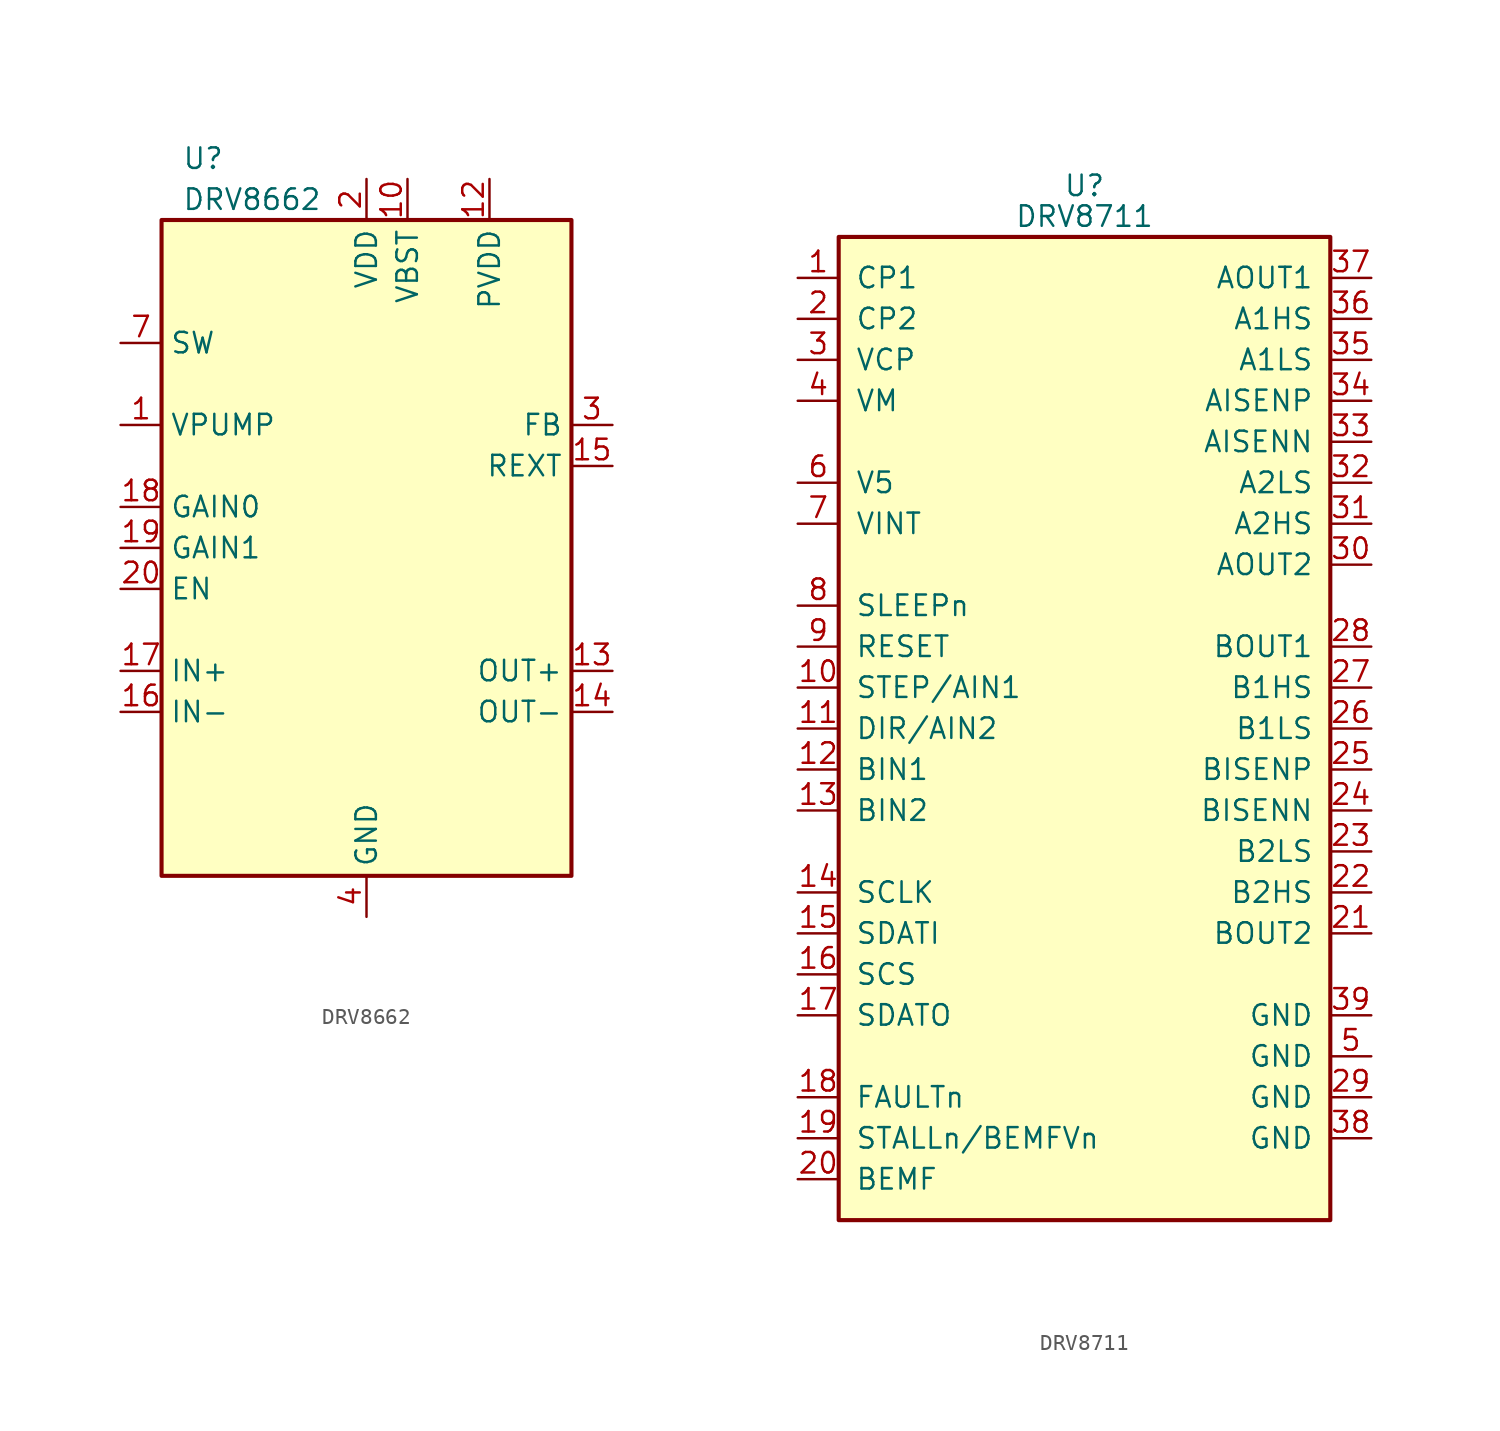
<source format=kicad_sym>
(kicad_symbol_lib
  (version 20201005)
  (generator kicad_symbol_editor)
  (symbol "Driver_Motor:DRV8662"
    (property "Reference" "U"
      (at -11.43 24.13 0)
      (effects (font (size 1.27 1.27)) (justify left)))
    (property "Value" "DRV8662"
      (at -11.43 21.59 0)
      (effects (font (size 1.27 1.27)) (justify left)))
    (symbol "DRV8662_0_1"
      (rectangle (start -12.7 20.32) (end 12.7 -20.32) (stroke (width 0.254)) (fill (type background))))
    (symbol "DRV8662_1_1"
      (pin output line (at -15.24 7.62 0) (length 2.54) (name "VPUMP" (effects (font (size 1.27 1.27)))) (number "1" (effects (font (size 1.27 1.27)))))
      (pin power_out line (at 2.54 22.86 270) (length 2.54) (name "VBST" (effects (font (size 1.27 1.27)))) (number "10" (effects (font (size 1.27 1.27)))))
      (pin passive line (at 2.54 22.86 270) (length 2.54) hide (name "VBST" (effects (font (size 1.27 1.27)))) (number "11" (effects (font (size 1.27 1.27)))))
      (pin power_in line (at 7.62 22.86 270) (length 2.54) (name "PVDD" (effects (font (size 1.27 1.27)))) (number "12" (effects (font (size 1.27 1.27)))))
      (pin output line (at 15.24 -7.62 180) (length 2.54) (name "OUT+" (effects (font (size 1.27 1.27)))) (number "13" (effects (font (size 1.27 1.27)))))
      (pin output line (at 15.24 -10.16 180) (length 2.54) (name "OUT-" (effects (font (size 1.27 1.27)))) (number "14" (effects (font (size 1.27 1.27)))))
      (pin input line (at 15.24 5.08 180) (length 2.54) (name "REXT" (effects (font (size 1.27 1.27)))) (number "15" (effects (font (size 1.27 1.27)))))
      (pin input line (at -15.24 -10.16 0) (length 2.54) (name "IN-" (effects (font (size 1.27 1.27)))) (number "16" (effects (font (size 1.27 1.27)))))
      (pin input line (at -15.24 -7.62 0) (length 2.54) (name "IN+" (effects (font (size 1.27 1.27)))) (number "17" (effects (font (size 1.27 1.27)))))
      (pin input line (at -15.24 2.54 0) (length 2.54) (name "GAIN0" (effects (font (size 1.27 1.27)))) (number "18" (effects (font (size 1.27 1.27)))))
      (pin input line (at -15.24 0 0) (length 2.54) (name "GAIN1" (effects (font (size 1.27 1.27)))) (number "19" (effects (font (size 1.27 1.27)))))
      (pin power_in line (at 0 22.86 270) (length 2.54) (name "VDD" (effects (font (size 1.27 1.27)))) (number "2" (effects (font (size 1.27 1.27)))))
      (pin input line (at -15.24 -2.54 0) (length 2.54) (name "EN" (effects (font (size 1.27 1.27)))) (number "20" (effects (font (size 1.27 1.27)))))
      (pin passive line (at 0 -22.86 90) (length 2.54) hide (name "GND" (effects (font (size 1.27 1.27)))) (number "21" (effects (font (size 1.27 1.27)))))
      (pin input line (at 15.24 7.62 180) (length 2.54) (name "FB" (effects (font (size 1.27 1.27)))) (number "3" (effects (font (size 1.27 1.27)))))
      (pin power_in line (at 0 -22.86 90) (length 2.54) (name "GND" (effects (font (size 1.27 1.27)))) (number "4" (effects (font (size 1.27 1.27)))))
      (pin passive line (at 0 -22.86 90) (length 2.54) hide (name "GND" (effects (font (size 1.27 1.27)))) (number "5" (effects (font (size 1.27 1.27)))))
      (pin passive line (at 0 -22.86 90) (length 2.54) hide (name "GND" (effects (font (size 1.27 1.27)))) (number "6" (effects (font (size 1.27 1.27)))))
      (pin input line (at -15.24 12.7 0) (length 2.54) (name "SW" (effects (font (size 1.27 1.27)))) (number "7" (effects (font (size 1.27 1.27)))))
      (pin input line (at -15.24 12.7 0) (length 2.54) hide (name "SW" (effects (font (size 1.27 1.27)))) (number "8" (effects (font (size 1.27 1.27)))))
      (pin no_connect line (at -15.24 -15.24 0) (length 2.54) hide (name "NC" (effects (font (size 1.27 1.27)))) (number "9" (effects (font (size 1.27 1.27)))))))
  (symbol "Driver_Motor:DRV8711"
    (pin_names
      (offset 1.016))
    (property "Reference" "U"
      (at 0 33.655 0)
      (effects (font (size 1.27 1.27))))
    (property "Value" "DRV8711"
      (at 0 31.75 0)
      (effects (font (size 1.27 1.27))))
    (symbol "DRV8711_0_1"
      (rectangle (start -15.24 30.48) (end 15.24 -30.48) (stroke (width 0.254)) (fill (type background))))
    (symbol "DRV8711_1_1"
      (pin bidirectional line (at -17.78 27.94 0) (length 2.54) (name "CP1" (effects (font (size 1.27 1.27)))) (number "1" (effects (font (size 1.27 1.27)))))
      (pin input line (at -17.78 2.54 0) (length 2.54) (name "STEP/AIN1" (effects (font (size 1.27 1.27)))) (number "10" (effects (font (size 1.27 1.27)))))
      (pin input line (at -17.78 0 0) (length 2.54) (name "DIR/AIN2" (effects (font (size 1.27 1.27)))) (number "11" (effects (font (size 1.27 1.27)))))
      (pin input line (at -17.78 -2.54 0) (length 2.54) (name "BIN1" (effects (font (size 1.27 1.27)))) (number "12" (effects (font (size 1.27 1.27)))))
      (pin input line (at -17.78 -5.08 0) (length 2.54) (name "BIN2" (effects (font (size 1.27 1.27)))) (number "13" (effects (font (size 1.27 1.27)))))
      (pin input line (at -17.78 -10.16 0) (length 2.54) (name "SCLK" (effects (font (size 1.27 1.27)))) (number "14" (effects (font (size 1.27 1.27)))))
      (pin input line (at -17.78 -12.7 0) (length 2.54) (name "SDATI" (effects (font (size 1.27 1.27)))) (number "15" (effects (font (size 1.27 1.27)))))
      (pin input line (at -17.78 -15.24 0) (length 2.54) (name "SCS" (effects (font (size 1.27 1.27)))) (number "16" (effects (font (size 1.27 1.27)))))
      (pin output line (at -17.78 -17.78 0) (length 2.54) (name "SDATO" (effects (font (size 1.27 1.27)))) (number "17" (effects (font (size 1.27 1.27)))))
      (pin output line (at -17.78 -22.86 0) (length 2.54) (name "FAULTn" (effects (font (size 1.27 1.27)))) (number "18" (effects (font (size 1.27 1.27)))))
      (pin output line (at -17.78 -25.4 0) (length 2.54) (name "STALLn/BEMFVn" (effects (font (size 1.27 1.27)))) (number "19" (effects (font (size 1.27 1.27)))))
      (pin bidirectional line (at -17.78 25.4 0) (length 2.54) (name "CP2" (effects (font (size 1.27 1.27)))) (number "2" (effects (font (size 1.27 1.27)))))
      (pin output line (at -17.78 -27.94 0) (length 2.54) (name "BEMF" (effects (font (size 1.27 1.27)))) (number "20" (effects (font (size 1.27 1.27)))))
      (pin output line (at 17.78 -12.7 180) (length 2.54) (name "BOUT2" (effects (font (size 1.27 1.27)))) (number "21" (effects (font (size 1.27 1.27)))))
      (pin output line (at 17.78 -10.16 180) (length 2.54) (name "B2HS" (effects (font (size 1.27 1.27)))) (number "22" (effects (font (size 1.27 1.27)))))
      (pin output line (at 17.78 -7.62 180) (length 2.54) (name "B2LS" (effects (font (size 1.27 1.27)))) (number "23" (effects (font (size 1.27 1.27)))))
      (pin input line (at 17.78 -5.08 180) (length 2.54) (name "BISENN" (effects (font (size 1.27 1.27)))) (number "24" (effects (font (size 1.27 1.27)))))
      (pin input line (at 17.78 -2.54 180) (length 2.54) (name "BISENP" (effects (font (size 1.27 1.27)))) (number "25" (effects (font (size 1.27 1.27)))))
      (pin output line (at 17.78 0 180) (length 2.54) (name "B1LS" (effects (font (size 1.27 1.27)))) (number "26" (effects (font (size 1.27 1.27)))))
      (pin output line (at 17.78 2.54 180) (length 2.54) (name "B1HS" (effects (font (size 1.27 1.27)))) (number "27" (effects (font (size 1.27 1.27)))))
      (pin output line (at 17.78 5.08 180) (length 2.54) (name "BOUT1" (effects (font (size 1.27 1.27)))) (number "28" (effects (font (size 1.27 1.27)))))
      (pin power_in line (at 17.78 -22.86 180) (length 2.54) (name "GND" (effects (font (size 1.27 1.27)))) (number "29" (effects (font (size 1.27 1.27)))))
      (pin bidirectional line (at -17.78 22.86 0) (length 2.54) (name "VCP" (effects (font (size 1.27 1.27)))) (number "3" (effects (font (size 1.27 1.27)))))
      (pin output line (at 17.78 10.16 180) (length 2.54) (name "AOUT2" (effects (font (size 1.27 1.27)))) (number "30" (effects (font (size 1.27 1.27)))))
      (pin output line (at 17.78 12.7 180) (length 2.54) (name "A2HS" (effects (font (size 1.27 1.27)))) (number "31" (effects (font (size 1.27 1.27)))))
      (pin output line (at 17.78 15.24 180) (length 2.54) (name "A2LS" (effects (font (size 1.27 1.27)))) (number "32" (effects (font (size 1.27 1.27)))))
      (pin input line (at 17.78 17.78 180) (length 2.54) (name "AISENN" (effects (font (size 1.27 1.27)))) (number "33" (effects (font (size 1.27 1.27)))))
      (pin input line (at 17.78 20.32 180) (length 2.54) (name "AISENP" (effects (font (size 1.27 1.27)))) (number "34" (effects (font (size 1.27 1.27)))))
      (pin output line (at 17.78 22.86 180) (length 2.54) (name "A1LS" (effects (font (size 1.27 1.27)))) (number "35" (effects (font (size 1.27 1.27)))))
      (pin output line (at 17.78 25.4 180) (length 2.54) (name "A1HS" (effects (font (size 1.27 1.27)))) (number "36" (effects (font (size 1.27 1.27)))))
      (pin output line (at 17.78 27.94 180) (length 2.54) (name "AOUT1" (effects (font (size 1.27 1.27)))) (number "37" (effects (font (size 1.27 1.27)))))
      (pin power_in line (at 17.78 -25.4 180) (length 2.54) (name "GND" (effects (font (size 1.27 1.27)))) (number "38" (effects (font (size 1.27 1.27)))))
      (pin power_in line (at 17.78 -17.78 180) (length 2.54) (name "GND" (effects (font (size 1.27 1.27)))) (number "39" (effects (font (size 1.27 1.27)))))
      (pin power_in line (at -17.78 20.32 0) (length 2.54) (name "VM" (effects (font (size 1.27 1.27)))) (number "4" (effects (font (size 1.27 1.27)))))
      (pin power_in line (at 17.78 -20.32 180) (length 2.54) (name "GND" (effects (font (size 1.27 1.27)))) (number "5" (effects (font (size 1.27 1.27)))))
      (pin power_out line (at -17.78 15.24 0) (length 2.54) (name "V5" (effects (font (size 1.27 1.27)))) (number "6" (effects (font (size 1.27 1.27)))))
      (pin power_in line (at -17.78 12.7 0) (length 2.54) (name "VINT" (effects (font (size 1.27 1.27)))) (number "7" (effects (font (size 1.27 1.27)))))
      (pin input line (at -17.78 7.62 0) (length 2.54) (name "SLEEPn" (effects (font (size 1.27 1.27)))) (number "8" (effects (font (size 1.27 1.27)))))
      (pin input line (at -17.78 5.08 0) (length 2.54) (name "RESET" (effects (font (size 1.27 1.27)))) (number "9" (effects (font (size 1.27 1.27))))))))
</source>
